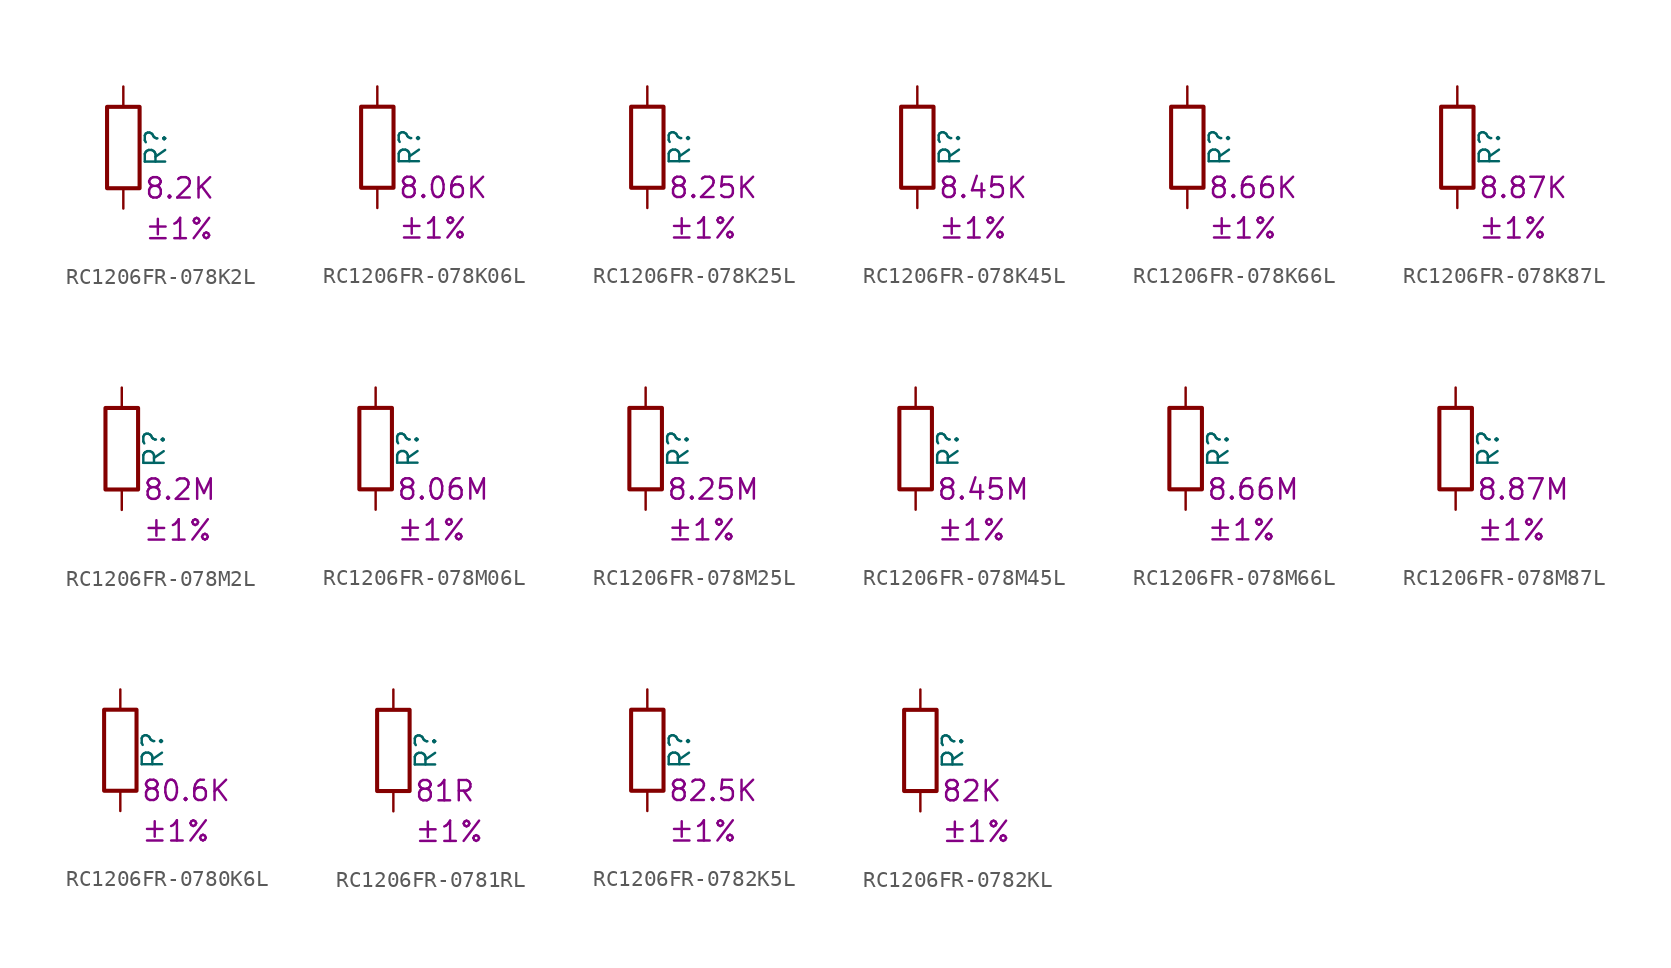
<source format=kicad_sym>
(kicad_symbol_lib
  (version 20220914)
  (generator kicad_symbol_editor)
  (symbol "RC1206FR-078K2L"
    (pin_numbers hide)
    (pin_names
      (offset 0))
    (property "Reference" "R"
      (at 2.032 0 90)
      (effects (font (size 1.27 1.27))))
    (property "Resistance" "8.2K"
      (at 1.27 -2.54 0)
      (effects (font (size 1.27 1.27)) (justify left)))
    (property "Tolerance" "±1%"
      (at 1.27 -5.08 0)
      (effects (font (size 1.27 1.27)) (justify left)))
    (symbol "RC1206FR-078K2L_0_1"
      (rectangle (start -1.016 -2.54) (end 1.016 2.54) (stroke (width 0.254) (type default)) (fill (type none))))
    (symbol "RC1206FR-078K2L_1_1"
      (pin passive line (at 0 3.81 270) (length 1.27) (name "~" (effects (font (size 1.27 1.27)))) (number "1" (effects (font (size 1.27 1.27)))))
      (pin passive line (at 0 -3.81 90) (length 1.27) (name "~" (effects (font (size 1.27 1.27)))) (number "2" (effects (font (size 1.27 1.27)))))))
  (symbol "RC1206FR-078K06L"
    (pin_numbers hide)
    (pin_names
      (offset 0))
    (property "Reference" "R"
      (at 2.032 0 90)
      (effects (font (size 1.27 1.27))))
    (property "Resistance" "8.06K"
      (at 1.27 -2.54 0)
      (effects (font (size 1.27 1.27)) (justify left)))
    (property "Tolerance" "±1%"
      (at 1.27 -5.08 0)
      (effects (font (size 1.27 1.27)) (justify left)))
    (symbol "RC1206FR-078K06L_0_1"
      (rectangle (start -1.016 -2.54) (end 1.016 2.54) (stroke (width 0.254) (type default)) (fill (type none))))
    (symbol "RC1206FR-078K06L_1_1"
      (pin passive line (at 0 3.81 270) (length 1.27) (name "~" (effects (font (size 1.27 1.27)))) (number "1" (effects (font (size 1.27 1.27)))))
      (pin passive line (at 0 -3.81 90) (length 1.27) (name "~" (effects (font (size 1.27 1.27)))) (number "2" (effects (font (size 1.27 1.27)))))))
  (symbol "RC1206FR-078K25L"
    (pin_numbers hide)
    (pin_names
      (offset 0))
    (property "Reference" "R"
      (at 2.032 0 90)
      (effects (font (size 1.27 1.27))))
    (property "Resistance" "8.25K"
      (at 1.27 -2.54 0)
      (effects (font (size 1.27 1.27)) (justify left)))
    (property "Tolerance" "±1%"
      (at 1.27 -5.08 0)
      (effects (font (size 1.27 1.27)) (justify left)))
    (symbol "RC1206FR-078K25L_0_1"
      (rectangle (start -1.016 -2.54) (end 1.016 2.54) (stroke (width 0.254) (type default)) (fill (type none))))
    (symbol "RC1206FR-078K25L_1_1"
      (pin passive line (at 0 3.81 270) (length 1.27) (name "~" (effects (font (size 1.27 1.27)))) (number "1" (effects (font (size 1.27 1.27)))))
      (pin passive line (at 0 -3.81 90) (length 1.27) (name "~" (effects (font (size 1.27 1.27)))) (number "2" (effects (font (size 1.27 1.27)))))))
  (symbol "RC1206FR-078K45L"
    (pin_numbers hide)
    (pin_names
      (offset 0))
    (property "Reference" "R"
      (at 2.032 0 90)
      (effects (font (size 1.27 1.27))))
    (property "Resistance" "8.45K"
      (at 1.27 -2.54 0)
      (effects (font (size 1.27 1.27)) (justify left)))
    (property "Tolerance" "±1%"
      (at 1.27 -5.08 0)
      (effects (font (size 1.27 1.27)) (justify left)))
    (symbol "RC1206FR-078K45L_0_1"
      (rectangle (start -1.016 -2.54) (end 1.016 2.54) (stroke (width 0.254) (type default)) (fill (type none))))
    (symbol "RC1206FR-078K45L_1_1"
      (pin passive line (at 0 3.81 270) (length 1.27) (name "~" (effects (font (size 1.27 1.27)))) (number "1" (effects (font (size 1.27 1.27)))))
      (pin passive line (at 0 -3.81 90) (length 1.27) (name "~" (effects (font (size 1.27 1.27)))) (number "2" (effects (font (size 1.27 1.27)))))))
  (symbol "RC1206FR-078K66L"
    (pin_numbers hide)
    (pin_names
      (offset 0))
    (property "Reference" "R"
      (at 2.032 0 90)
      (effects (font (size 1.27 1.27))))
    (property "Resistance" "8.66K"
      (at 1.27 -2.54 0)
      (effects (font (size 1.27 1.27)) (justify left)))
    (property "Tolerance" "±1%"
      (at 1.27 -5.08 0)
      (effects (font (size 1.27 1.27)) (justify left)))
    (symbol "RC1206FR-078K66L_0_1"
      (rectangle (start -1.016 -2.54) (end 1.016 2.54) (stroke (width 0.254) (type default)) (fill (type none))))
    (symbol "RC1206FR-078K66L_1_1"
      (pin passive line (at 0 3.81 270) (length 1.27) (name "~" (effects (font (size 1.27 1.27)))) (number "1" (effects (font (size 1.27 1.27)))))
      (pin passive line (at 0 -3.81 90) (length 1.27) (name "~" (effects (font (size 1.27 1.27)))) (number "2" (effects (font (size 1.27 1.27)))))))
  (symbol "RC1206FR-078K87L"
    (pin_numbers hide)
    (pin_names
      (offset 0))
    (property "Reference" "R"
      (at 2.032 0 90)
      (effects (font (size 1.27 1.27))))
    (property "Resistance" "8.87K"
      (at 1.27 -2.54 0)
      (effects (font (size 1.27 1.27)) (justify left)))
    (property "Tolerance" "±1%"
      (at 1.27 -5.08 0)
      (effects (font (size 1.27 1.27)) (justify left)))
    (symbol "RC1206FR-078K87L_0_1"
      (rectangle (start -1.016 -2.54) (end 1.016 2.54) (stroke (width 0.254) (type default)) (fill (type none))))
    (symbol "RC1206FR-078K87L_1_1"
      (pin passive line (at 0 3.81 270) (length 1.27) (name "~" (effects (font (size 1.27 1.27)))) (number "1" (effects (font (size 1.27 1.27)))))
      (pin passive line (at 0 -3.81 90) (length 1.27) (name "~" (effects (font (size 1.27 1.27)))) (number "2" (effects (font (size 1.27 1.27)))))))
  (symbol "RC1206FR-078M2L"
    (pin_numbers hide)
    (pin_names
      (offset 0))
    (property "Reference" "R"
      (at 2.032 0 90)
      (effects (font (size 1.27 1.27))))
    (property "Resistance" "8.2M"
      (at 1.27 -2.54 0)
      (effects (font (size 1.27 1.27)) (justify left)))
    (property "Tolerance" "±1%"
      (at 1.27 -5.08 0)
      (effects (font (size 1.27 1.27)) (justify left)))
    (symbol "RC1206FR-078M2L_0_1"
      (rectangle (start -1.016 -2.54) (end 1.016 2.54) (stroke (width 0.254) (type default)) (fill (type none))))
    (symbol "RC1206FR-078M2L_1_1"
      (pin passive line (at 0 3.81 270) (length 1.27) (name "~" (effects (font (size 1.27 1.27)))) (number "1" (effects (font (size 1.27 1.27)))))
      (pin passive line (at 0 -3.81 90) (length 1.27) (name "~" (effects (font (size 1.27 1.27)))) (number "2" (effects (font (size 1.27 1.27)))))))
  (symbol "RC1206FR-078M06L"
    (pin_numbers hide)
    (pin_names
      (offset 0))
    (property "Reference" "R"
      (at 2.032 0 90)
      (effects (font (size 1.27 1.27))))
    (property "Resistance" "8.06M"
      (at 1.27 -2.54 0)
      (effects (font (size 1.27 1.27)) (justify left)))
    (property "Tolerance" "±1%"
      (at 1.27 -5.08 0)
      (effects (font (size 1.27 1.27)) (justify left)))
    (symbol "RC1206FR-078M06L_0_1"
      (rectangle (start -1.016 -2.54) (end 1.016 2.54) (stroke (width 0.254) (type default)) (fill (type none))))
    (symbol "RC1206FR-078M06L_1_1"
      (pin passive line (at 0 3.81 270) (length 1.27) (name "~" (effects (font (size 1.27 1.27)))) (number "1" (effects (font (size 1.27 1.27)))))
      (pin passive line (at 0 -3.81 90) (length 1.27) (name "~" (effects (font (size 1.27 1.27)))) (number "2" (effects (font (size 1.27 1.27)))))))
  (symbol "RC1206FR-078M25L"
    (pin_numbers hide)
    (pin_names
      (offset 0))
    (property "Reference" "R"
      (at 2.032 0 90)
      (effects (font (size 1.27 1.27))))
    (property "Resistance" "8.25M"
      (at 1.27 -2.54 0)
      (effects (font (size 1.27 1.27)) (justify left)))
    (property "Tolerance" "±1%"
      (at 1.27 -5.08 0)
      (effects (font (size 1.27 1.27)) (justify left)))
    (symbol "RC1206FR-078M25L_0_1"
      (rectangle (start -1.016 -2.54) (end 1.016 2.54) (stroke (width 0.254) (type default)) (fill (type none))))
    (symbol "RC1206FR-078M25L_1_1"
      (pin passive line (at 0 3.81 270) (length 1.27) (name "~" (effects (font (size 1.27 1.27)))) (number "1" (effects (font (size 1.27 1.27)))))
      (pin passive line (at 0 -3.81 90) (length 1.27) (name "~" (effects (font (size 1.27 1.27)))) (number "2" (effects (font (size 1.27 1.27)))))))
  (symbol "RC1206FR-078M45L"
    (pin_numbers hide)
    (pin_names
      (offset 0))
    (property "Reference" "R"
      (at 2.032 0 90)
      (effects (font (size 1.27 1.27))))
    (property "Resistance" "8.45M"
      (at 1.27 -2.54 0)
      (effects (font (size 1.27 1.27)) (justify left)))
    (property "Tolerance" "±1%"
      (at 1.27 -5.08 0)
      (effects (font (size 1.27 1.27)) (justify left)))
    (symbol "RC1206FR-078M45L_0_1"
      (rectangle (start -1.016 -2.54) (end 1.016 2.54) (stroke (width 0.254) (type default)) (fill (type none))))
    (symbol "RC1206FR-078M45L_1_1"
      (pin passive line (at 0 3.81 270) (length 1.27) (name "~" (effects (font (size 1.27 1.27)))) (number "1" (effects (font (size 1.27 1.27)))))
      (pin passive line (at 0 -3.81 90) (length 1.27) (name "~" (effects (font (size 1.27 1.27)))) (number "2" (effects (font (size 1.27 1.27)))))))
  (symbol "RC1206FR-078M66L"
    (pin_numbers hide)
    (pin_names
      (offset 0))
    (property "Reference" "R"
      (at 2.032 0 90)
      (effects (font (size 1.27 1.27))))
    (property "Resistance" "8.66M"
      (at 1.27 -2.54 0)
      (effects (font (size 1.27 1.27)) (justify left)))
    (property "Tolerance" "±1%"
      (at 1.27 -5.08 0)
      (effects (font (size 1.27 1.27)) (justify left)))
    (symbol "RC1206FR-078M66L_0_1"
      (rectangle (start -1.016 -2.54) (end 1.016 2.54) (stroke (width 0.254) (type default)) (fill (type none))))
    (symbol "RC1206FR-078M66L_1_1"
      (pin passive line (at 0 3.81 270) (length 1.27) (name "~" (effects (font (size 1.27 1.27)))) (number "1" (effects (font (size 1.27 1.27)))))
      (pin passive line (at 0 -3.81 90) (length 1.27) (name "~" (effects (font (size 1.27 1.27)))) (number "2" (effects (font (size 1.27 1.27)))))))
  (symbol "RC1206FR-078M87L"
    (pin_numbers hide)
    (pin_names
      (offset 0))
    (property "Reference" "R"
      (at 2.032 0 90)
      (effects (font (size 1.27 1.27))))
    (property "Resistance" "8.87M"
      (at 1.27 -2.54 0)
      (effects (font (size 1.27 1.27)) (justify left)))
    (property "Tolerance" "±1%"
      (at 1.27 -5.08 0)
      (effects (font (size 1.27 1.27)) (justify left)))
    (symbol "RC1206FR-078M87L_0_1"
      (rectangle (start -1.016 -2.54) (end 1.016 2.54) (stroke (width 0.254) (type default)) (fill (type none))))
    (symbol "RC1206FR-078M87L_1_1"
      (pin passive line (at 0 3.81 270) (length 1.27) (name "~" (effects (font (size 1.27 1.27)))) (number "1" (effects (font (size 1.27 1.27)))))
      (pin passive line (at 0 -3.81 90) (length 1.27) (name "~" (effects (font (size 1.27 1.27)))) (number "2" (effects (font (size 1.27 1.27)))))))
  (symbol "RC1206FR-0780K6L"
    (pin_numbers hide)
    (pin_names
      (offset 0))
    (property "Reference" "R"
      (at 2.032 0 90)
      (effects (font (size 1.27 1.27))))
    (property "Resistance" "80.6K"
      (at 1.27 -2.54 0)
      (effects (font (size 1.27 1.27)) (justify left)))
    (property "Tolerance" "±1%"
      (at 1.27 -5.08 0)
      (effects (font (size 1.27 1.27)) (justify left)))
    (symbol "RC1206FR-0780K6L_0_1"
      (rectangle (start -1.016 -2.54) (end 1.016 2.54) (stroke (width 0.254) (type default)) (fill (type none))))
    (symbol "RC1206FR-0780K6L_1_1"
      (pin passive line (at 0 3.81 270) (length 1.27) (name "~" (effects (font (size 1.27 1.27)))) (number "1" (effects (font (size 1.27 1.27)))))
      (pin passive line (at 0 -3.81 90) (length 1.27) (name "~" (effects (font (size 1.27 1.27)))) (number "2" (effects (font (size 1.27 1.27)))))))
  (symbol "RC1206FR-0781RL"
    (pin_numbers hide)
    (pin_names
      (offset 0))
    (property "Reference" "R"
      (at 2.032 0 90)
      (effects (font (size 1.27 1.27))))
    (property "Resistance" "81R"
      (at 1.27 -2.54 0)
      (effects (font (size 1.27 1.27)) (justify left)))
    (property "Tolerance" "±1%"
      (at 1.27 -5.08 0)
      (effects (font (size 1.27 1.27)) (justify left)))
    (symbol "RC1206FR-0781RL_0_1"
      (rectangle (start -1.016 -2.54) (end 1.016 2.54) (stroke (width 0.254) (type default)) (fill (type none))))
    (symbol "RC1206FR-0781RL_1_1"
      (pin passive line (at 0 3.81 270) (length 1.27) (name "~" (effects (font (size 1.27 1.27)))) (number "1" (effects (font (size 1.27 1.27)))))
      (pin passive line (at 0 -3.81 90) (length 1.27) (name "~" (effects (font (size 1.27 1.27)))) (number "2" (effects (font (size 1.27 1.27)))))))
  (symbol "RC1206FR-0782K5L"
    (pin_numbers hide)
    (pin_names
      (offset 0))
    (property "Reference" "R"
      (at 2.032 0 90)
      (effects (font (size 1.27 1.27))))
    (property "Resistance" "82.5K"
      (at 1.27 -2.54 0)
      (effects (font (size 1.27 1.27)) (justify left)))
    (property "Tolerance" "±1%"
      (at 1.27 -5.08 0)
      (effects (font (size 1.27 1.27)) (justify left)))
    (symbol "RC1206FR-0782K5L_0_1"
      (rectangle (start -1.016 -2.54) (end 1.016 2.54) (stroke (width 0.254) (type default)) (fill (type none))))
    (symbol "RC1206FR-0782K5L_1_1"
      (pin passive line (at 0 3.81 270) (length 1.27) (name "~" (effects (font (size 1.27 1.27)))) (number "1" (effects (font (size 1.27 1.27)))))
      (pin passive line (at 0 -3.81 90) (length 1.27) (name "~" (effects (font (size 1.27 1.27)))) (number "2" (effects (font (size 1.27 1.27)))))))
  (symbol "RC1206FR-0782KL"
    (pin_numbers hide)
    (pin_names
      (offset 0))
    (property "Reference" "R"
      (at 2.032 0 90)
      (effects (font (size 1.27 1.27))))
    (property "Resistance" "82K"
      (at 1.27 -2.54 0)
      (effects (font (size 1.27 1.27)) (justify left)))
    (property "Tolerance" "±1%"
      (at 1.27 -5.08 0)
      (effects (font (size 1.27 1.27)) (justify left)))
    (symbol "RC1206FR-0782KL_0_1"
      (rectangle (start -1.016 -2.54) (end 1.016 2.54) (stroke (width 0.254) (type default)) (fill (type none))))
    (symbol "RC1206FR-0782KL_1_1"
      (pin passive line (at 0 3.81 270) (length 1.27) (name "~" (effects (font (size 1.27 1.27)))) (number "1" (effects (font (size 1.27 1.27)))))
      (pin passive line (at 0 -3.81 90) (length 1.27) (name "~" (effects (font (size 1.27 1.27)))) (number "2" (effects (font (size 1.27 1.27))))))))
</source>
